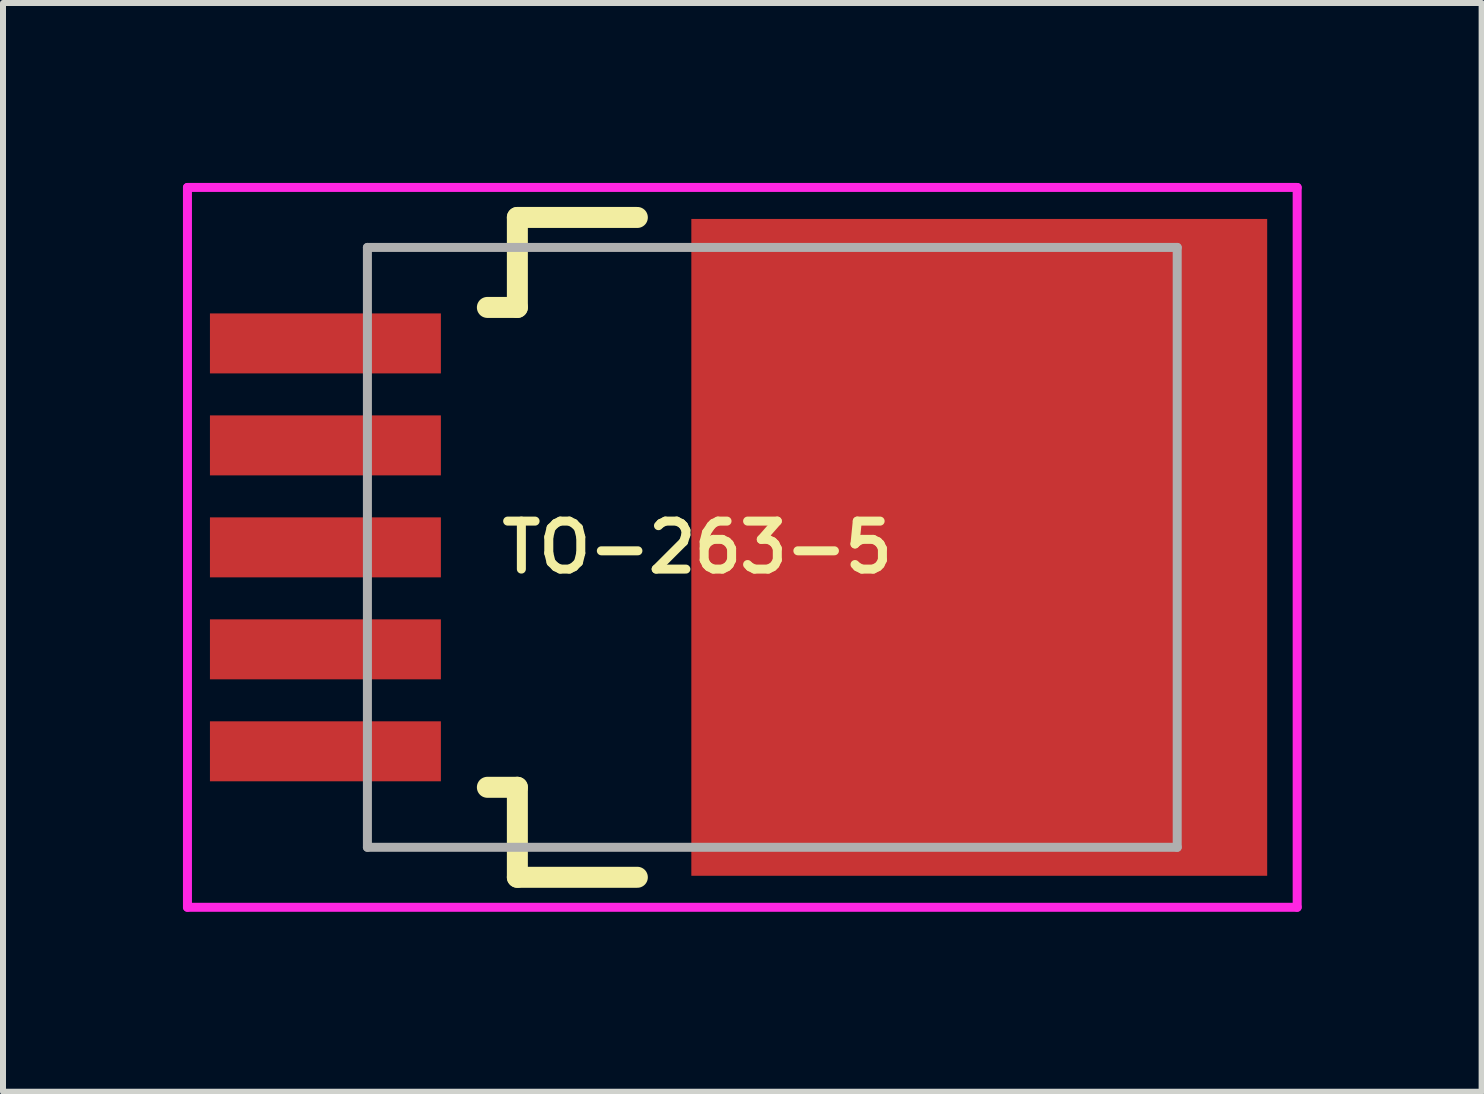
<source format=kicad_pcb>
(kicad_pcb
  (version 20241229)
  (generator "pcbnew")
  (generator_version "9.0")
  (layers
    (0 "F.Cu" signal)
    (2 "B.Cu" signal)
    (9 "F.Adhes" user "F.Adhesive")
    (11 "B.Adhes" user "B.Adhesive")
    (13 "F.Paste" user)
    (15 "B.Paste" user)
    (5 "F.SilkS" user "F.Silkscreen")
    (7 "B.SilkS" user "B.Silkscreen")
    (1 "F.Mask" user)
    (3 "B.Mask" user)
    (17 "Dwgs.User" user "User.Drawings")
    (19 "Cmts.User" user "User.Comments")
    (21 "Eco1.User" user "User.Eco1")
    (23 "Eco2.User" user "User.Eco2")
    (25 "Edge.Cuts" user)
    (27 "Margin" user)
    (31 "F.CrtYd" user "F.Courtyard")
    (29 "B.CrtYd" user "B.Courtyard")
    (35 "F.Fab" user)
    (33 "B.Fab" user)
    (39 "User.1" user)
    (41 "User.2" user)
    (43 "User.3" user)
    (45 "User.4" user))
  (footprint "TO-263-5"
    (layer "F.Cu")
    (at 8.575 6.075)
    (property "Reference" "TO-263-5" (at 0 0 0) (layer "F.SilkS") (effects (font (size 0.8 0.8) (thickness 0.15))))
    (attr through_hole)
    (fp_line (start -3 -5.5) (end -3 -4) (stroke (width 0.35) (type solid)) (layer "F.SilkS"))
    (fp_line (start -3 -4) (end -3.5 -4) (stroke (width 0.35) (type solid)) (layer "F.SilkS"))
    (fp_line (start -3 4) (end -3.5 4) (stroke (width 0.35) (type solid)) (layer "F.SilkS"))
    (fp_line (start -3 5.5) (end -3 4) (stroke (width 0.35) (type solid)) (layer "F.SilkS"))
    (fp_line (start -1 -5.5) (end -3 -5.5) (stroke (width 0.35) (type solid)) (layer "F.SilkS"))
    (fp_line (start -1 5.5) (end -3 5.5) (stroke (width 0.35) (type solid)) (layer "F.SilkS"))
    (fp_line (start -8.5 -6) (end 10 -6) (stroke (width 0.15) (type solid)) (layer "F.CrtYd"))
    (fp_line (start -8.5 6) (end -8.5 -6) (stroke (width 0.15) (type solid)) (layer "F.CrtYd"))
    (fp_line (start 10 -6) (end 10 6) (stroke (width 0.15) (type solid)) (layer "F.CrtYd"))
    (fp_line (start 10 6) (end -8.5 6) (stroke (width 0.15) (type solid)) (layer "F.CrtYd"))
    (fp_line (start -5.5 -5) (end 8 -5) (stroke (width 0.15) (type solid)) (layer "F.Fab"))
    (fp_line (start -5.5 5) (end -5.5 -5) (stroke (width 0.15) (type solid)) (layer "F.Fab"))
    (fp_line (start 8 -5) (end 8 5) (stroke (width 0.15) (type solid)) (layer "F.Fab"))
    (fp_line (start 8 5) (end -5.5 5) (stroke (width 0.15) (type solid)) (layer "F.Fab"))
    (pad "1" smd rect (at -6.2 -3.4 180) (size 3.85 1) (layers "F.Cu" "F.Mask" "F.Paste"))
    (pad "2" smd rect (at -6.2 -1.7 180) (size 3.85 1) (layers "F.Cu" "F.Mask" "F.Paste"))
    (pad "3" smd rect (at -6.2 0 180) (size 3.85 1) (layers "F.Cu" "F.Mask" "F.Paste"))
    (pad "4" smd rect (at -6.2 1.7 180) (size 3.85 1) (layers "F.Cu" "F.Mask" "F.Paste"))
    (pad "5" smd rect (at -6.2 3.4 180) (size 3.85 1) (layers "F.Cu" "F.Mask" "F.Paste"))
    (pad "6" smd rect (at 4.7 0 180) (size 9.6 10.95) (layers "F.Cu" "F.Mask" "F.Paste")))
  (gr_rect
    (start -3 -3)
    (end 21.65 15.15)
    (stroke (width 0.1) (type default))
    (fill no)
    (layer "Edge.Cuts")))
</source>
